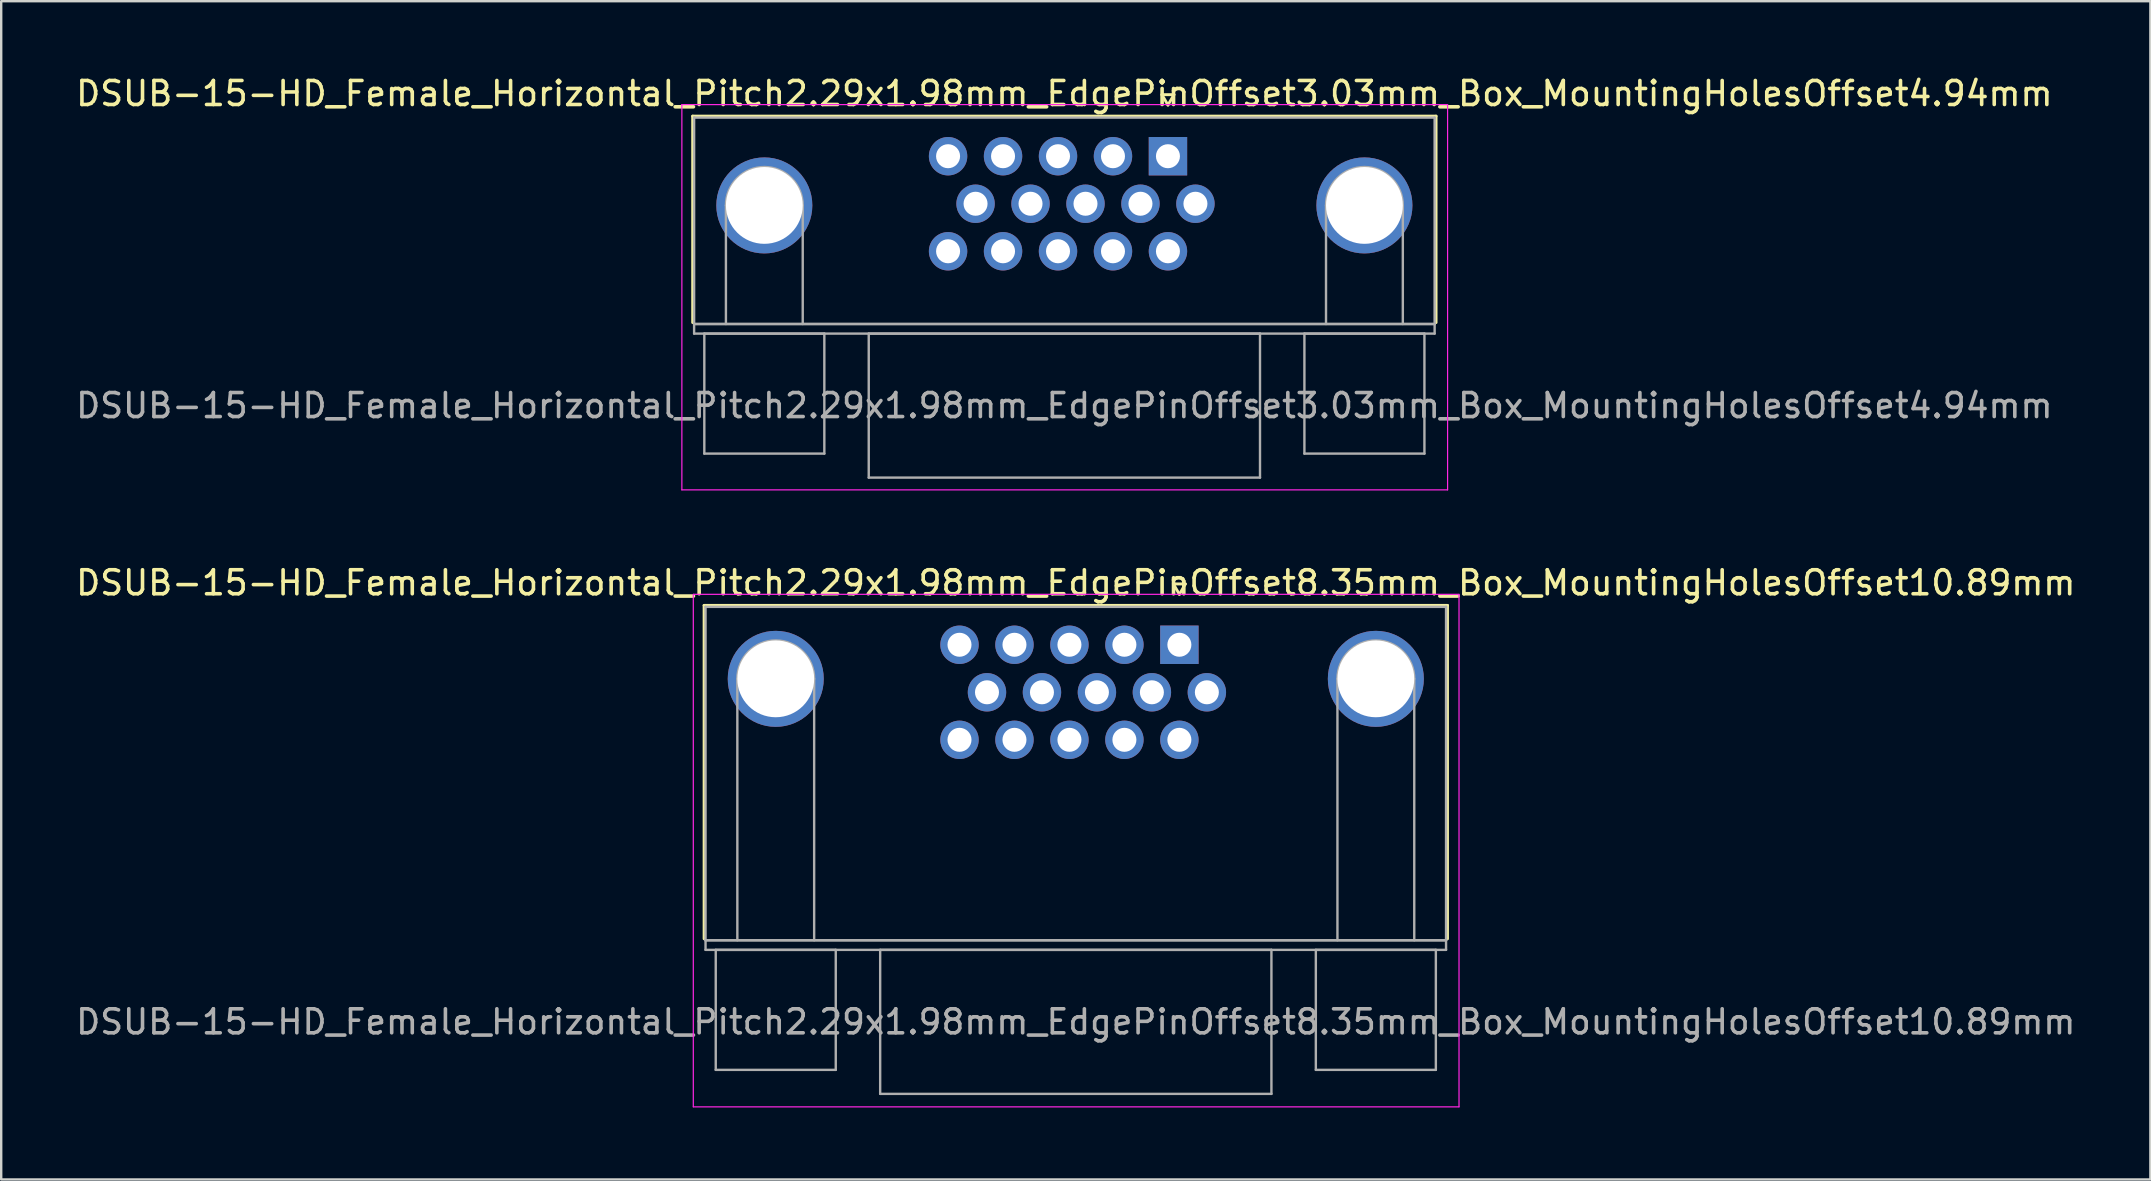
<source format=kicad_pcb>
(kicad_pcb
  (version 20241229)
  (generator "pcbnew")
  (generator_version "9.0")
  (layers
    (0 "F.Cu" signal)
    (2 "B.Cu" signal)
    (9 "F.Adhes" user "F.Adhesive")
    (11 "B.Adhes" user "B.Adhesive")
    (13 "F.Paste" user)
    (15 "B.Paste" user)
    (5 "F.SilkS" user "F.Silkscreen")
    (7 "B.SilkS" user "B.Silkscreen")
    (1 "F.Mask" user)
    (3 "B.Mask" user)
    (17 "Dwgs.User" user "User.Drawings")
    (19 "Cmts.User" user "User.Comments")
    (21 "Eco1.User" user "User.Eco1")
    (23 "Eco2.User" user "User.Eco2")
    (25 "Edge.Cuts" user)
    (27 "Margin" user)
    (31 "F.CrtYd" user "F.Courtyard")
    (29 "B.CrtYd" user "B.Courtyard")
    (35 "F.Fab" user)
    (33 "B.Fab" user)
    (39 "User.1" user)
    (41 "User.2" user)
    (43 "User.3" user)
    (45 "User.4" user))
  (footprint "DSUB-15-HD_Female_Horizontal_Pitch2.29x1.98mm_EdgePinOffset3.03mm_Box_MountingHolesOffset4.94mm"
    (layer "F.Cu")
    (at 45.607 3.458)
    (property "Reference" "DSUB-15-HD_Female_Horizontal_Pitch2.29x1.98mm_EdgePinOffset3.03mm_Box_MountingHolesOffset4.94mm" (at -4.315 -2.61 0) (layer "F.SilkS") (effects (font (size 1 1) (thickness 0.15))))
    (attr through_hole)
    (fp_line (start -19.8 -1.67) (end 11.17 -1.67) (stroke (width 0.12) (type solid)) (layer "F.SilkS"))
    (fp_line (start -19.8 6.93) (end -19.8 -1.67) (stroke (width 0.12) (type solid)) (layer "F.SilkS"))
    (fp_line (start -0.25 -2.564) (end 0.25 -2.564) (stroke (width 0.12) (type solid)) (layer "F.SilkS"))
    (fp_line (start 0 -2.131) (end -0.25 -2.564) (stroke (width 0.12) (type solid)) (layer "F.SilkS"))
    (fp_line (start 0.25 -2.564) (end 0 -2.131) (stroke (width 0.12) (type solid)) (layer "F.SilkS"))
    (fp_line (start 11.17 -1.67) (end 11.17 6.93) (stroke (width 0.12) (type solid)) (layer "F.SilkS"))
    (fp_line (start -20.25 -2.15) (end -20.25 13.9) (stroke (width 0.05) (type solid)) (layer "F.CrtYd"))
    (fp_line (start -20.25 13.9) (end 11.65 13.9) (stroke (width 0.05) (type solid)) (layer "F.CrtYd"))
    (fp_line (start 11.65 -2.15) (end -20.25 -2.15) (stroke (width 0.05) (type solid)) (layer "F.CrtYd"))
    (fp_line (start 11.65 13.9) (end 11.65 -2.15) (stroke (width 0.05) (type solid)) (layer "F.CrtYd"))
    (fp_line (start -19.74 -1.61) (end -19.74 6.99) (stroke (width 0.1) (type solid)) (layer "F.Fab"))
    (fp_line (start -19.74 6.99) (end -19.74 7.39) (stroke (width 0.1) (type solid)) (layer "F.Fab"))
    (fp_line (start -19.74 6.99) (end 11.11 6.99) (stroke (width 0.1) (type solid)) (layer "F.Fab"))
    (fp_line (start -19.74 7.39) (end 11.11 7.39) (stroke (width 0.1) (type solid)) (layer "F.Fab"))
    (fp_line (start -19.315 7.39) (end -19.315 12.39) (stroke (width 0.1) (type solid)) (layer "F.Fab"))
    (fp_line (start -19.315 12.39) (end -14.315 12.39) (stroke (width 0.1) (type solid)) (layer "F.Fab"))
    (fp_line (start -18.415 6.99) (end -18.415 2.05) (stroke (width 0.1) (type solid)) (layer "F.Fab"))
    (fp_line (start -15.215 6.99) (end -15.215 2.05) (stroke (width 0.1) (type solid)) (layer "F.Fab"))
    (fp_line (start -14.315 7.39) (end -19.315 7.39) (stroke (width 0.1) (type solid)) (layer "F.Fab"))
    (fp_line (start -14.315 12.39) (end -14.315 7.39) (stroke (width 0.1) (type solid)) (layer "F.Fab"))
    (fp_line (start -12.465 7.39) (end -12.465 13.39) (stroke (width 0.1) (type solid)) (layer "F.Fab"))
    (fp_line (start -12.465 13.39) (end 3.835 13.39) (stroke (width 0.1) (type solid)) (layer "F.Fab"))
    (fp_line (start 3.835 7.39) (end -12.465 7.39) (stroke (width 0.1) (type solid)) (layer "F.Fab"))
    (fp_line (start 3.835 13.39) (end 3.835 7.39) (stroke (width 0.1) (type solid)) (layer "F.Fab"))
    (fp_line (start 5.685 7.39) (end 5.685 12.39) (stroke (width 0.1) (type solid)) (layer "F.Fab"))
    (fp_line (start 5.685 12.39) (end 10.685 12.39) (stroke (width 0.1) (type solid)) (layer "F.Fab"))
    (fp_line (start 6.585 6.99) (end 6.585 2.05) (stroke (width 0.1) (type solid)) (layer "F.Fab"))
    (fp_line (start 9.785 6.99) (end 9.785 2.05) (stroke (width 0.1) (type solid)) (layer "F.Fab"))
    (fp_line (start 10.685 7.39) (end 5.685 7.39) (stroke (width 0.1) (type solid)) (layer "F.Fab"))
    (fp_line (start 10.685 12.39) (end 10.685 7.39) (stroke (width 0.1) (type solid)) (layer "F.Fab"))
    (fp_line (start 11.11 -1.61) (end -19.74 -1.61) (stroke (width 0.1) (type solid)) (layer "F.Fab"))
    (fp_line (start 11.11 6.99) (end -19.74 6.99) (stroke (width 0.1) (type solid)) (layer "F.Fab"))
    (fp_line (start 11.11 6.99) (end 11.11 -1.61) (stroke (width 0.1) (type solid)) (layer "F.Fab"))
    (fp_line (start 11.11 7.39) (end 11.11 6.99) (stroke (width 0.1) (type solid)) (layer "F.Fab"))
    (fp_arc (start -18.415 2.05) (mid -16.815 0.45) (end -15.215 2.05) (stroke (width 0.1) (type solid)) (layer "F.Fab"))
    (fp_arc (start 6.585 2.05) (mid 8.185 0.45) (end 9.785 2.05) (stroke (width 0.1) (type solid)) (layer "F.Fab"))
    (fp_text user "${REFERENCE}" (at -4.315 10.39 0) (layer "F.Fab") (effects (font (size 1 1) (thickness 0.15))))
    (pad "0" thru_hole circle (at -16.815 2.05) (size 4 4) (drill 3.2) (layers "*.Cu" "*.Mask"))
    (pad "0" thru_hole circle (at 8.185 2.05) (size 4 4) (drill 3.2) (layers "*.Cu" "*.Mask"))
    (pad "1" thru_hole rect (at 0 0) (size 1.6 1.6) (drill 1) (layers "*.Cu" "*.Mask"))
    (pad "2" thru_hole circle (at -2.29 0) (size 1.6 1.6) (drill 1) (layers "*.Cu" "*.Mask"))
    (pad "3" thru_hole circle (at -4.58 0) (size 1.6 1.6) (drill 1) (layers "*.Cu" "*.Mask"))
    (pad "4" thru_hole circle (at -6.87 0) (size 1.6 1.6) (drill 1) (layers "*.Cu" "*.Mask"))
    (pad "5" thru_hole circle (at -9.16 0) (size 1.6 1.6) (drill 1) (layers "*.Cu" "*.Mask"))
    (pad "6" thru_hole circle (at 1.145 1.98) (size 1.6 1.6) (drill 1) (layers "*.Cu" "*.Mask"))
    (pad "7" thru_hole circle (at -1.145 1.98) (size 1.6 1.6) (drill 1) (layers "*.Cu" "*.Mask"))
    (pad "8" thru_hole circle (at -3.435 1.98) (size 1.6 1.6) (drill 1) (layers "*.Cu" "*.Mask"))
    (pad "9" thru_hole circle (at -5.725 1.98) (size 1.6 1.6) (drill 1) (layers "*.Cu" "*.Mask"))
    (pad "10" thru_hole circle (at -8.015 1.98) (size 1.6 1.6) (drill 1) (layers "*.Cu" "*.Mask"))
    (pad "11" thru_hole circle (at 0 3.96) (size 1.6 1.6) (drill 1) (layers "*.Cu" "*.Mask"))
    (pad "12" thru_hole circle (at -2.29 3.96) (size 1.6 1.6) (drill 1) (layers "*.Cu" "*.Mask"))
    (pad "13" thru_hole circle (at -4.58 3.96) (size 1.6 1.6) (drill 1) (layers "*.Cu" "*.Mask"))
    (pad "14" thru_hole circle (at -6.87 3.96) (size 1.6 1.6) (drill 1) (layers "*.Cu" "*.Mask"))
    (pad "15" thru_hole circle (at -9.16 3.96) (size 1.6 1.6) (drill 1) (layers "*.Cu" "*.Mask")))
  (footprint "DSUB-15-HD_Female_Horizontal_Pitch2.29x1.98mm_EdgePinOffset8.35mm_Box_MountingHolesOffset10.89mm"
    (layer "F.Cu")
    (at 46.083 23.811)
    (property "Reference" "DSUB-15-HD_Female_Horizontal_Pitch2.29x1.98mm_EdgePinOffset8.35mm_Box_MountingHolesOffset10.89mm" (at -4.315 -2.58 0) (layer "F.SilkS") (effects (font (size 1 1) (thickness 0.15))))
    (attr through_hole)
    (fp_line (start -19.8 -1.64) (end 11.17 -1.64) (stroke (width 0.12) (type solid)) (layer "F.SilkS"))
    (fp_line (start -19.8 12.25) (end -19.8 -1.64) (stroke (width 0.12) (type solid)) (layer "F.SilkS"))
    (fp_line (start -0.25 -2.534) (end 0.25 -2.534) (stroke (width 0.12) (type solid)) (layer "F.SilkS"))
    (fp_line (start 0 -2.101) (end -0.25 -2.534) (stroke (width 0.12) (type solid)) (layer "F.SilkS"))
    (fp_line (start 0.25 -2.534) (end 0 -2.101) (stroke (width 0.12) (type solid)) (layer "F.SilkS"))
    (fp_line (start 11.17 -1.64) (end 11.17 12.25) (stroke (width 0.12) (type solid)) (layer "F.SilkS"))
    (fp_line (start -20.25 -2.1) (end -20.25 19.25) (stroke (width 0.05) (type solid)) (layer "F.CrtYd"))
    (fp_line (start -20.25 19.25) (end 11.65 19.25) (stroke (width 0.05) (type solid)) (layer "F.CrtYd"))
    (fp_line (start 11.65 -2.1) (end -20.25 -2.1) (stroke (width 0.05) (type solid)) (layer "F.CrtYd"))
    (fp_line (start 11.65 19.25) (end 11.65 -2.1) (stroke (width 0.05) (type solid)) (layer "F.CrtYd"))
    (fp_line (start -19.74 -1.58) (end -19.74 12.31) (stroke (width 0.1) (type solid)) (layer "F.Fab"))
    (fp_line (start -19.74 12.31) (end -19.74 12.71) (stroke (width 0.1) (type solid)) (layer "F.Fab"))
    (fp_line (start -19.74 12.31) (end 11.11 12.31) (stroke (width 0.1) (type solid)) (layer "F.Fab"))
    (fp_line (start -19.74 12.71) (end 11.11 12.71) (stroke (width 0.1) (type solid)) (layer "F.Fab"))
    (fp_line (start -19.315 12.71) (end -19.315 17.71) (stroke (width 0.1) (type solid)) (layer "F.Fab"))
    (fp_line (start -19.315 17.71) (end -14.315 17.71) (stroke (width 0.1) (type solid)) (layer "F.Fab"))
    (fp_line (start -18.415 12.31) (end -18.415 1.42) (stroke (width 0.1) (type solid)) (layer "F.Fab"))
    (fp_line (start -15.215 12.31) (end -15.215 1.42) (stroke (width 0.1) (type solid)) (layer "F.Fab"))
    (fp_line (start -14.315 12.71) (end -19.315 12.71) (stroke (width 0.1) (type solid)) (layer "F.Fab"))
    (fp_line (start -14.315 17.71) (end -14.315 12.71) (stroke (width 0.1) (type solid)) (layer "F.Fab"))
    (fp_line (start -12.465 12.71) (end -12.465 18.71) (stroke (width 0.1) (type solid)) (layer "F.Fab"))
    (fp_line (start -12.465 18.71) (end 3.835 18.71) (stroke (width 0.1) (type solid)) (layer "F.Fab"))
    (fp_line (start 3.835 12.71) (end -12.465 12.71) (stroke (width 0.1) (type solid)) (layer "F.Fab"))
    (fp_line (start 3.835 18.71) (end 3.835 12.71) (stroke (width 0.1) (type solid)) (layer "F.Fab"))
    (fp_line (start 5.685 12.71) (end 5.685 17.71) (stroke (width 0.1) (type solid)) (layer "F.Fab"))
    (fp_line (start 5.685 17.71) (end 10.685 17.71) (stroke (width 0.1) (type solid)) (layer "F.Fab"))
    (fp_line (start 6.585 12.31) (end 6.585 1.42) (stroke (width 0.1) (type solid)) (layer "F.Fab"))
    (fp_line (start 9.785 12.31) (end 9.785 1.42) (stroke (width 0.1) (type solid)) (layer "F.Fab"))
    (fp_line (start 10.685 12.71) (end 5.685 12.71) (stroke (width 0.1) (type solid)) (layer "F.Fab"))
    (fp_line (start 10.685 17.71) (end 10.685 12.71) (stroke (width 0.1) (type solid)) (layer "F.Fab"))
    (fp_line (start 11.11 -1.58) (end -19.74 -1.58) (stroke (width 0.1) (type solid)) (layer "F.Fab"))
    (fp_line (start 11.11 12.31) (end -19.74 12.31) (stroke (width 0.1) (type solid)) (layer "F.Fab"))
    (fp_line (start 11.11 12.31) (end 11.11 -1.58) (stroke (width 0.1) (type solid)) (layer "F.Fab"))
    (fp_line (start 11.11 12.71) (end 11.11 12.31) (stroke (width 0.1) (type solid)) (layer "F.Fab"))
    (fp_arc (start -18.415 1.42) (mid -16.815 -0.18) (end -15.215 1.42) (stroke (width 0.1) (type solid)) (layer "F.Fab"))
    (fp_arc (start 6.585 1.42) (mid 8.185 -0.18) (end 9.785 1.42) (stroke (width 0.1) (type solid)) (layer "F.Fab"))
    (fp_text user "${REFERENCE}" (at -4.315 15.71 0) (layer "F.Fab") (effects (font (size 1 1) (thickness 0.15))))
    (pad "0" thru_hole circle (at -16.815 1.42) (size 4 4) (drill 3.2) (layers "*.Cu" "*.Mask"))
    (pad "0" thru_hole circle (at 8.185 1.42) (size 4 4) (drill 3.2) (layers "*.Cu" "*.Mask"))
    (pad "1" thru_hole rect (at 0 0) (size 1.6 1.6) (drill 1) (layers "*.Cu" "*.Mask"))
    (pad "2" thru_hole circle (at -2.29 0) (size 1.6 1.6) (drill 1) (layers "*.Cu" "*.Mask"))
    (pad "3" thru_hole circle (at -4.58 0) (size 1.6 1.6) (drill 1) (layers "*.Cu" "*.Mask"))
    (pad "4" thru_hole circle (at -6.87 0) (size 1.6 1.6) (drill 1) (layers "*.Cu" "*.Mask"))
    (pad "5" thru_hole circle (at -9.16 0) (size 1.6 1.6) (drill 1) (layers "*.Cu" "*.Mask"))
    (pad "6" thru_hole circle (at 1.145 1.98) (size 1.6 1.6) (drill 1) (layers "*.Cu" "*.Mask"))
    (pad "7" thru_hole circle (at -1.145 1.98) (size 1.6 1.6) (drill 1) (layers "*.Cu" "*.Mask"))
    (pad "8" thru_hole circle (at -3.435 1.98) (size 1.6 1.6) (drill 1) (layers "*.Cu" "*.Mask"))
    (pad "9" thru_hole circle (at -5.725 1.98) (size 1.6 1.6) (drill 1) (layers "*.Cu" "*.Mask"))
    (pad "10" thru_hole circle (at -8.015 1.98) (size 1.6 1.6) (drill 1) (layers "*.Cu" "*.Mask"))
    (pad "11" thru_hole circle (at 0 3.96) (size 1.6 1.6) (drill 1) (layers "*.Cu" "*.Mask"))
    (pad "12" thru_hole circle (at -2.29 3.96) (size 1.6 1.6) (drill 1) (layers "*.Cu" "*.Mask"))
    (pad "13" thru_hole circle (at -4.58 3.96) (size 1.6 1.6) (drill 1) (layers "*.Cu" "*.Mask"))
    (pad "14" thru_hole circle (at -6.87 3.96) (size 1.6 1.6) (drill 1) (layers "*.Cu" "*.Mask"))
    (pad "15" thru_hole circle (at -9.16 3.96) (size 1.6 1.6) (drill 1) (layers "*.Cu" "*.Mask")))
  (gr_rect
    (start -3 -3)
    (end 86.536 46.087)
    (stroke (width 0.1) (type default))
    (fill no)
    (layer "Edge.Cuts")))
</source>
